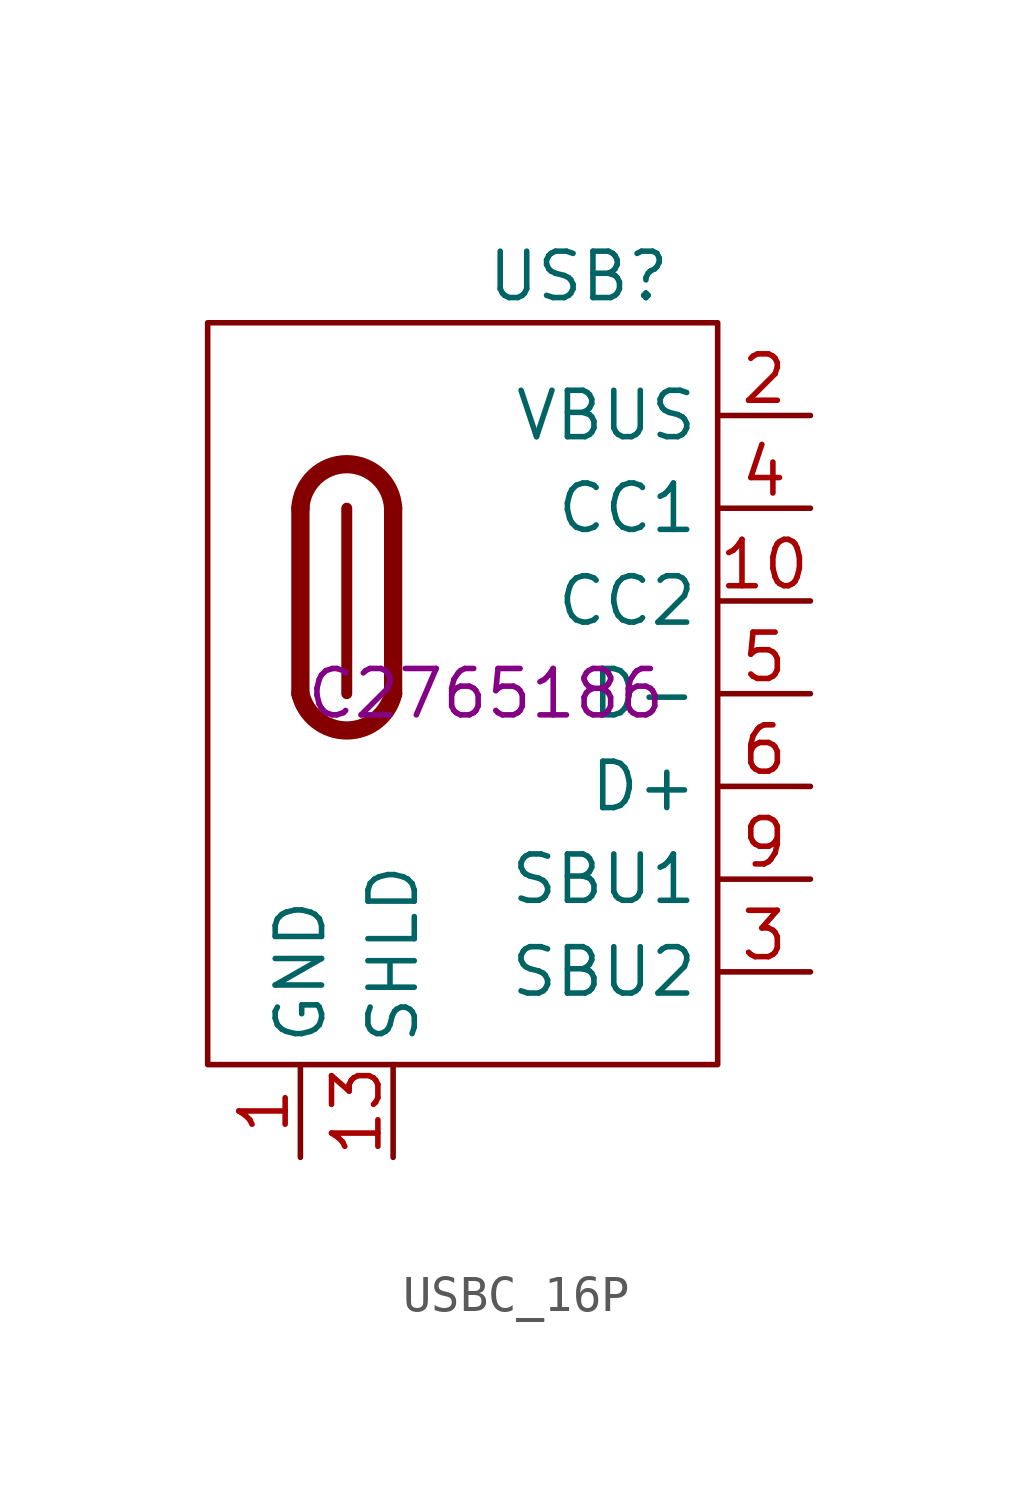
<source format=kicad_sym>
(kicad_symbol_lib
  (version 20220914)
  (generator kicad_symbol_editor)
  (symbol "USBC_16P"
    (property "Reference" "USB"
      (at 2.54 11.43 0)
      (effects (font (size 1.27 1.27))))
    (property "Value" ""
      (at 0 0 0)
      (effects (font (size 1.27 1.27))))
    (property "LCSC" "C2765186"
      (at 0 0 0)
      (effects (font (size 1.27 1.27))))
    (symbol "USBC_16P_0_1"
      (rectangle (start -7.62 10.16) (end 6.35 -10.16) (stroke (width 0) (type default)) (fill (type none))))
    (symbol "USBC_16P_1_1"
      (arc (start -5.08 0) (mid -3.81 -1.0075) (end -2.54 0) (stroke (width 0.5) (type default)) (fill (type none)))
      (rectangle (start -3.81 5.08) (end -3.81 0) (stroke (width 0.3) (type default)) (fill (type none)))
      (arc (start -2.54 5.08) (mid -3.81 6.286) (end -5.08 5.08) (stroke (width 0.5) (type default)) (fill (type none)))
      (polyline (pts (xy -5.08 5.08) (xy -5.08 0)) (stroke (width 0.5) (type default)) (fill (type none)))
      (polyline (pts (xy -2.54 5.08) (xy -2.54 0)) (stroke (width 0.5) (type default)) (fill (type none)))
      (pin passive line (at -5.08 -12.7 90) (length 2.54) (name "GND" (effects (font (size 1.27 1.27)))) (number "1" (effects (font (size 1.27 1.27)))))
      (pin passive line (at 8.89 2.54 180) (length 2.54) (name "CC2" (effects (font (size 1.27 1.27)))) (number "10" (effects (font (size 1.27 1.27)))))
      (pin passive line (at 8.89 7.62 180) (length 2.54) hide (name "VBUS" (effects (font (size 1.27 1.27)))) (number "11" (effects (font (size 1.27 1.27)))))
      (pin passive line (at -5.08 -12.7 90) (length 2.54) hide (name "GND" (effects (font (size 1.27 1.27)))) (number "12" (effects (font (size 1.27 1.27)))))
      (pin passive line (at -2.54 -12.7 90) (length 2.54) (name "SHLD" (effects (font (size 1.27 1.27)))) (number "13" (effects (font (size 1.27 1.27)))))
      (pin passive line (at 8.89 7.62 180) (length 2.54) (name "VBUS" (effects (font (size 1.27 1.27)))) (number "2" (effects (font (size 1.27 1.27)))))
      (pin passive line (at 8.89 -7.62 180) (length 2.54) (name "SBU2" (effects (font (size 1.27 1.27)))) (number "3" (effects (font (size 1.27 1.27)))))
      (pin passive line (at 8.89 5.08 180) (length 2.54) (name "CC1" (effects (font (size 1.27 1.27)))) (number "4" (effects (font (size 1.27 1.27)))))
      (pin passive line (at 8.89 0 180) (length 2.54) (name "D-" (effects (font (size 1.27 1.27)))) (number "5" (effects (font (size 1.27 1.27)))))
      (pin passive line (at 8.89 -2.54 180) (length 2.54) (name "D+" (effects (font (size 1.27 1.27)))) (number "6" (effects (font (size 1.27 1.27)))))
      (pin passive line (at 8.89 0 180) (length 2.54) hide (name "D-" (effects (font (size 1.27 1.27)))) (number "7" (effects (font (size 1.27 1.27)))))
      (pin passive line (at 8.89 -2.54 180) (length 2.54) hide (name "D+" (effects (font (size 1.27 1.27)))) (number "8" (effects (font (size 1.27 1.27)))))
      (pin passive line (at 8.89 -5.08 180) (length 2.54) (name "SBU1" (effects (font (size 1.27 1.27)))) (number "9" (effects (font (size 1.27 1.27))))))))
</source>
